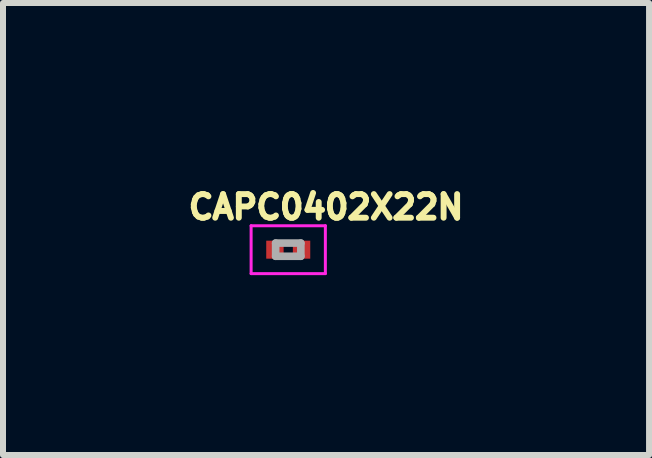
<source format=kicad_pcb>
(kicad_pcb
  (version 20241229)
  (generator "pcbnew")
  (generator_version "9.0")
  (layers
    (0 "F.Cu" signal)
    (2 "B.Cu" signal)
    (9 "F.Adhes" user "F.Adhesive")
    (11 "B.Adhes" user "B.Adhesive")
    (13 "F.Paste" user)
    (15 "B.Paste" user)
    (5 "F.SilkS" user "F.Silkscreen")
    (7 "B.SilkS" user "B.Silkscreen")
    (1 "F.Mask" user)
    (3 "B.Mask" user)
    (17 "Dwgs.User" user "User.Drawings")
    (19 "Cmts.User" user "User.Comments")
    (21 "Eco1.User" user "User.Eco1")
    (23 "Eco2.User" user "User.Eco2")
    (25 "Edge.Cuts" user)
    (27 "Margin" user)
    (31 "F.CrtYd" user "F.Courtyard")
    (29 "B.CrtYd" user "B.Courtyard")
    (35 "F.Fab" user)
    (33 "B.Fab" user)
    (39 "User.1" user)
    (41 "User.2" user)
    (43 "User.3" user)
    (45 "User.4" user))
  (footprint "CAPC0402X22N"
    (layer "F.Cu")
    (at 1.756 1.113)
    (property "Reference" "CAPC0402X22N" (at 0.63 -0.71 0) (layer "F.SilkS") (effects (font (size 0.394 0.394) (thickness 0.15))))
    (attr smd)
    (fp_line (start -0.619 -0.399) (end 0.619 -0.399) (stroke (width 0.05) (type solid)) (layer "F.CrtYd"))
    (fp_line (start -0.619 0.399) (end -0.619 -0.399) (stroke (width 0.05) (type solid)) (layer "F.CrtYd"))
    (fp_line (start -0.619 0.399) (end 0.619 0.399) (stroke (width 0.05) (type solid)) (layer "F.CrtYd"))
    (fp_line (start 0.619 0.399) (end 0.619 -0.399) (stroke (width 0.05) (type solid)) (layer "F.CrtYd"))
    (fp_line (start -0.21 0.11) (end -0.21 -0.11) (stroke (width 0.127) (type solid)) (layer "F.Fab"))
    (fp_line (start 0.21 -0.11) (end -0.21 -0.11) (stroke (width 0.127) (type solid)) (layer "F.Fab"))
    (fp_line (start 0.21 0.11) (end -0.21 0.11) (stroke (width 0.127) (type solid)) (layer "F.Fab"))
    (fp_line (start 0.21 0.11) (end 0.21 -0.11) (stroke (width 0.127) (type solid)) (layer "F.Fab"))
    (pad "1" smd rect (at -0.222 0) (size 0.29 0.3) (layers "F.Cu" "F.Mask" "F.Paste"))
    (pad "2" smd rect (at 0.222 0) (size 0.29 0.3) (layers "F.Cu" "F.Mask" "F.Paste")))
  (gr_rect
    (start -3 -3)
    (end 7.772 4.537)
    (stroke (width 0.1) (type default))
    (fill no)
    (layer "Edge.Cuts")))
</source>
